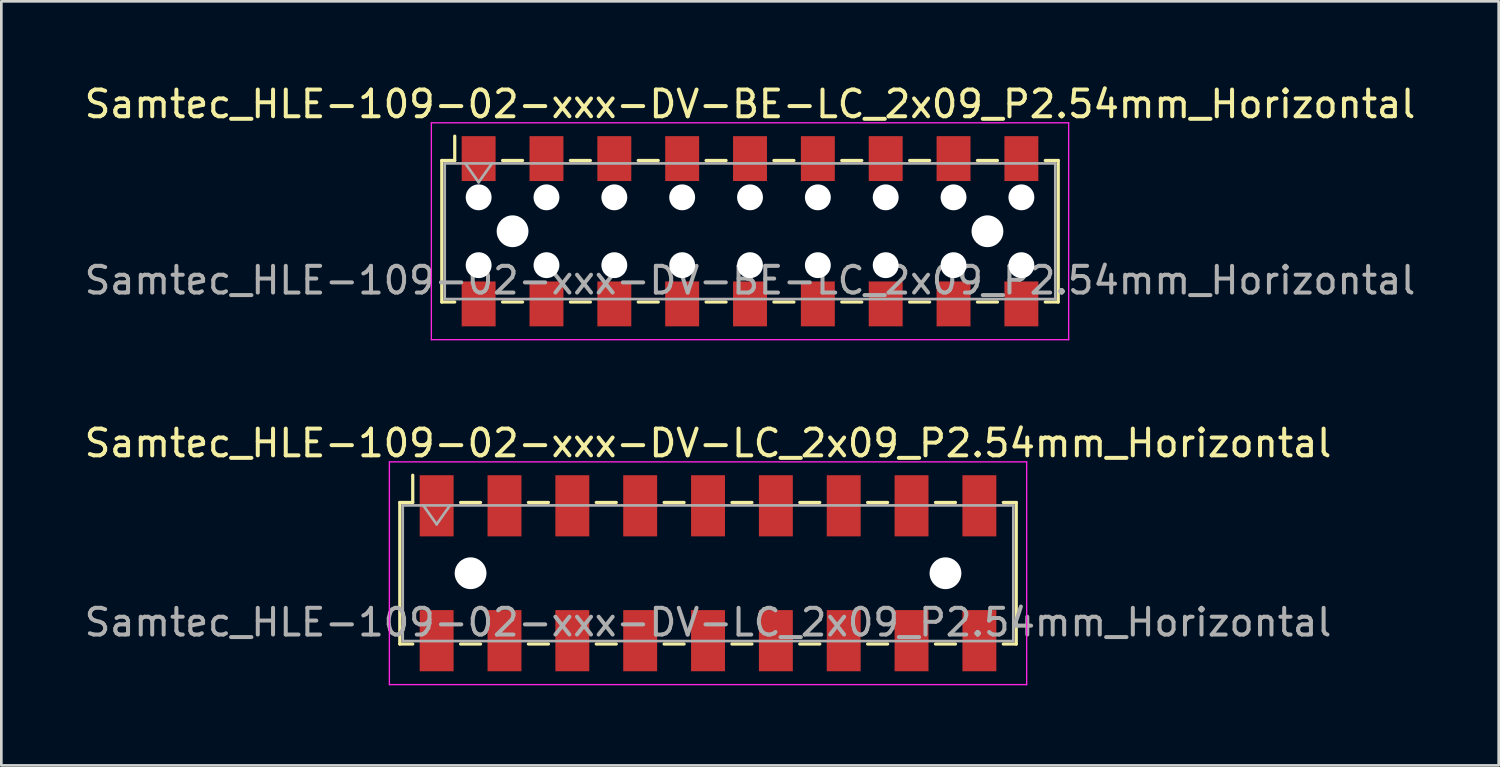
<source format=kicad_pcb>
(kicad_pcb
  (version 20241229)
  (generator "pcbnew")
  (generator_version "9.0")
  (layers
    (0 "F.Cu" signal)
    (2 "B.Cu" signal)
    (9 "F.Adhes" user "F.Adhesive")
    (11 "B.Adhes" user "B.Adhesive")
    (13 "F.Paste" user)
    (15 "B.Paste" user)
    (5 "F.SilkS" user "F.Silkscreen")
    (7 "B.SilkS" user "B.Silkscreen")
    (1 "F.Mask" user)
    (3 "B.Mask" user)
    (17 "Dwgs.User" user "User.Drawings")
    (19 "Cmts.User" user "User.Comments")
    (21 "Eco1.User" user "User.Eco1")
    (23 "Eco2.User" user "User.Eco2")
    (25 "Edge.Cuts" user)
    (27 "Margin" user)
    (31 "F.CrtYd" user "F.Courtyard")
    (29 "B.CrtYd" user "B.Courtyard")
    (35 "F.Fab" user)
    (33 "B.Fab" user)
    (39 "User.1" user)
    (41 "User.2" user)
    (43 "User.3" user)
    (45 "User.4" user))
  (footprint "Samtec_HLE-109-02-xxx-DV-LC_2x09_P2.54mm_Horizontal"
    (layer "F.Cu")
    (at 23.458 18.412)
    (property "Reference" "Samtec_HLE-109-02-xxx-DV-LC_2x09_P2.54mm_Horizontal" (at 0 -4.87 0) (layer "F.SilkS") (effects (font (size 1 1) (thickness 0.15))))
    (attr smd)
    (fp_line (start -11.54 -2.65) (end -11.54 2.65) (stroke (width 0.12) (type solid)) (layer "F.SilkS"))
    (fp_line (start -11.54 2.65) (end -11.055 2.65) (stroke (width 0.12) (type solid)) (layer "F.SilkS"))
    (fp_line (start -11.055 -3.67) (end -11.055 -2.65) (stroke (width 0.12) (type solid)) (layer "F.SilkS"))
    (fp_line (start -11.055 -2.65) (end -11.54 -2.65) (stroke (width 0.12) (type solid)) (layer "F.SilkS"))
    (fp_line (start -9.265 -2.65) (end -8.515 -2.65) (stroke (width 0.12) (type solid)) (layer "F.SilkS"))
    (fp_line (start -9.265 2.65) (end -8.515 2.65) (stroke (width 0.12) (type solid)) (layer "F.SilkS"))
    (fp_line (start -6.725 -2.65) (end -5.975 -2.65) (stroke (width 0.12) (type solid)) (layer "F.SilkS"))
    (fp_line (start -6.725 2.65) (end -5.975 2.65) (stroke (width 0.12) (type solid)) (layer "F.SilkS"))
    (fp_line (start -4.185 -2.65) (end -3.435 -2.65) (stroke (width 0.12) (type solid)) (layer "F.SilkS"))
    (fp_line (start -4.185 2.65) (end -3.435 2.65) (stroke (width 0.12) (type solid)) (layer "F.SilkS"))
    (fp_line (start -1.645 -2.65) (end -0.895 -2.65) (stroke (width 0.12) (type solid)) (layer "F.SilkS"))
    (fp_line (start -1.645 2.65) (end -0.895 2.65) (stroke (width 0.12) (type solid)) (layer "F.SilkS"))
    (fp_line (start 0.895 -2.65) (end 1.645 -2.65) (stroke (width 0.12) (type solid)) (layer "F.SilkS"))
    (fp_line (start 0.895 2.65) (end 1.645 2.65) (stroke (width 0.12) (type solid)) (layer "F.SilkS"))
    (fp_line (start 3.435 -2.65) (end 4.185 -2.65) (stroke (width 0.12) (type solid)) (layer "F.SilkS"))
    (fp_line (start 3.435 2.65) (end 4.185 2.65) (stroke (width 0.12) (type solid)) (layer "F.SilkS"))
    (fp_line (start 5.975 -2.65) (end 6.725 -2.65) (stroke (width 0.12) (type solid)) (layer "F.SilkS"))
    (fp_line (start 5.975 2.65) (end 6.725 2.65) (stroke (width 0.12) (type solid)) (layer "F.SilkS"))
    (fp_line (start 8.515 -2.65) (end 9.265 -2.65) (stroke (width 0.12) (type solid)) (layer "F.SilkS"))
    (fp_line (start 8.515 2.65) (end 9.265 2.65) (stroke (width 0.12) (type solid)) (layer "F.SilkS"))
    (fp_line (start 11.055 -2.65) (end 11.54 -2.65) (stroke (width 0.12) (type solid)) (layer "F.SilkS"))
    (fp_line (start 11.54 -2.65) (end 11.54 2.65) (stroke (width 0.12) (type solid)) (layer "F.SilkS"))
    (fp_line (start 11.54 2.65) (end 11.055 2.65) (stroke (width 0.12) (type solid)) (layer "F.SilkS"))
    (fp_line (start -11.93 -4.17) (end 11.93 -4.17) (stroke (width 0.05) (type solid)) (layer "F.CrtYd"))
    (fp_line (start -11.93 4.17) (end -11.93 -4.17) (stroke (width 0.05) (type solid)) (layer "F.CrtYd"))
    (fp_line (start 11.93 -4.17) (end 11.93 4.17) (stroke (width 0.05) (type solid)) (layer "F.CrtYd"))
    (fp_line (start 11.93 4.17) (end -11.93 4.17) (stroke (width 0.05) (type solid)) (layer "F.CrtYd"))
    (fp_line (start -11.43 -2.54) (end 11.43 -2.54) (stroke (width 0.1) (type solid)) (layer "F.Fab"))
    (fp_line (start -11.43 2.54) (end -11.43 -2.54) (stroke (width 0.1) (type solid)) (layer "F.Fab"))
    (fp_line (start -10.66 -2.54) (end -10.16 -1.833) (stroke (width 0.1) (type solid)) (layer "F.Fab"))
    (fp_line (start -10.16 -1.833) (end -9.66 -2.54) (stroke (width 0.1) (type solid)) (layer "F.Fab"))
    (fp_line (start 11.43 -2.54) (end 11.43 2.54) (stroke (width 0.1) (type solid)) (layer "F.Fab"))
    (fp_line (start 11.43 2.54) (end -11.43 2.54) (stroke (width 0.1) (type solid)) (layer "F.Fab"))
    (fp_text user "${REFERENCE}" (at 0 1.84 0) (layer "F.Fab") (effects (font (size 1 1) (thickness 0.15))))
    (pad "" np_thru_hole circle (at -8.89 0) (size 1.19 1.19) (drill 1.19) (layers "*.Cu" "*.Mask"))
    (pad "" np_thru_hole circle (at 8.89 0) (size 1.19 1.19) (drill 1.19) (layers "*.Cu" "*.Mask"))
    (pad "1" smd rect (at -10.16 -2.525) (size 1.27 2.29) (layers "F.Cu" "F.Mask" "F.Paste"))
    (pad "2" smd rect (at -10.16 2.525) (size 1.27 2.29) (layers "F.Cu" "F.Mask" "F.Paste"))
    (pad "3" smd rect (at -7.62 -2.525) (size 1.27 2.29) (layers "F.Cu" "F.Mask" "F.Paste"))
    (pad "4" smd rect (at -7.62 2.525) (size 1.27 2.29) (layers "F.Cu" "F.Mask" "F.Paste"))
    (pad "5" smd rect (at -5.08 -2.525) (size 1.27 2.29) (layers "F.Cu" "F.Mask" "F.Paste"))
    (pad "6" smd rect (at -5.08 2.525) (size 1.27 2.29) (layers "F.Cu" "F.Mask" "F.Paste"))
    (pad "7" smd rect (at -2.54 -2.525) (size 1.27 2.29) (layers "F.Cu" "F.Mask" "F.Paste"))
    (pad "8" smd rect (at -2.54 2.525) (size 1.27 2.29) (layers "F.Cu" "F.Mask" "F.Paste"))
    (pad "9" smd rect (at 0 -2.525) (size 1.27 2.29) (layers "F.Cu" "F.Mask" "F.Paste"))
    (pad "10" smd rect (at 0 2.525) (size 1.27 2.29) (layers "F.Cu" "F.Mask" "F.Paste"))
    (pad "11" smd rect (at 2.54 -2.525) (size 1.27 2.29) (layers "F.Cu" "F.Mask" "F.Paste"))
    (pad "12" smd rect (at 2.54 2.525) (size 1.27 2.29) (layers "F.Cu" "F.Mask" "F.Paste"))
    (pad "13" smd rect (at 5.08 -2.525) (size 1.27 2.29) (layers "F.Cu" "F.Mask" "F.Paste"))
    (pad "14" smd rect (at 5.08 2.525) (size 1.27 2.29) (layers "F.Cu" "F.Mask" "F.Paste"))
    (pad "15" smd rect (at 7.62 -2.525) (size 1.27 2.29) (layers "F.Cu" "F.Mask" "F.Paste"))
    (pad "16" smd rect (at 7.62 2.525) (size 1.27 2.29) (layers "F.Cu" "F.Mask" "F.Paste"))
    (pad "17" smd rect (at 10.16 -2.525) (size 1.27 2.29) (layers "F.Cu" "F.Mask" "F.Paste"))
    (pad "18" smd rect (at 10.16 2.525) (size 1.27 2.29) (layers "F.Cu" "F.Mask" "F.Paste")))
  (footprint "Samtec_HLE-109-02-xxx-DV-BE-LC_2x09_P2.54mm_Horizontal"
    (layer "F.Cu")
    (at 25.03 5.608)
    (property "Reference" "Samtec_HLE-109-02-xxx-DV-BE-LC_2x09_P2.54mm_Horizontal" (at 0 -4.76 0) (layer "F.SilkS") (effects (font (size 1 1) (thickness 0.15))))
    (attr smd)
    (fp_line (start -11.54 -2.65) (end -11.54 2.65) (stroke (width 0.12) (type solid)) (layer "F.SilkS"))
    (fp_line (start -11.54 2.65) (end -11.055 2.65) (stroke (width 0.12) (type solid)) (layer "F.SilkS"))
    (fp_line (start -11.055 -3.56) (end -11.055 -2.65) (stroke (width 0.12) (type solid)) (layer "F.SilkS"))
    (fp_line (start -11.055 -2.65) (end -11.54 -2.65) (stroke (width 0.12) (type solid)) (layer "F.SilkS"))
    (fp_line (start -9.265 -2.65) (end -8.515 -2.65) (stroke (width 0.12) (type solid)) (layer "F.SilkS"))
    (fp_line (start -9.265 2.65) (end -8.515 2.65) (stroke (width 0.12) (type solid)) (layer "F.SilkS"))
    (fp_line (start -6.725 -2.65) (end -5.975 -2.65) (stroke (width 0.12) (type solid)) (layer "F.SilkS"))
    (fp_line (start -6.725 2.65) (end -5.975 2.65) (stroke (width 0.12) (type solid)) (layer "F.SilkS"))
    (fp_line (start -4.185 -2.65) (end -3.435 -2.65) (stroke (width 0.12) (type solid)) (layer "F.SilkS"))
    (fp_line (start -4.185 2.65) (end -3.435 2.65) (stroke (width 0.12) (type solid)) (layer "F.SilkS"))
    (fp_line (start -1.645 -2.65) (end -0.895 -2.65) (stroke (width 0.12) (type solid)) (layer "F.SilkS"))
    (fp_line (start -1.645 2.65) (end -0.895 2.65) (stroke (width 0.12) (type solid)) (layer "F.SilkS"))
    (fp_line (start 0.895 -2.65) (end 1.645 -2.65) (stroke (width 0.12) (type solid)) (layer "F.SilkS"))
    (fp_line (start 0.895 2.65) (end 1.645 2.65) (stroke (width 0.12) (type solid)) (layer "F.SilkS"))
    (fp_line (start 3.435 -2.65) (end 4.185 -2.65) (stroke (width 0.12) (type solid)) (layer "F.SilkS"))
    (fp_line (start 3.435 2.65) (end 4.185 2.65) (stroke (width 0.12) (type solid)) (layer "F.SilkS"))
    (fp_line (start 5.975 -2.65) (end 6.725 -2.65) (stroke (width 0.12) (type solid)) (layer "F.SilkS"))
    (fp_line (start 5.975 2.65) (end 6.725 2.65) (stroke (width 0.12) (type solid)) (layer "F.SilkS"))
    (fp_line (start 8.515 -2.65) (end 9.265 -2.65) (stroke (width 0.12) (type solid)) (layer "F.SilkS"))
    (fp_line (start 8.515 2.65) (end 9.265 2.65) (stroke (width 0.12) (type solid)) (layer "F.SilkS"))
    (fp_line (start 11.055 -2.65) (end 11.54 -2.65) (stroke (width 0.12) (type solid)) (layer "F.SilkS"))
    (fp_line (start 11.54 -2.65) (end 11.54 2.65) (stroke (width 0.12) (type solid)) (layer "F.SilkS"))
    (fp_line (start 11.54 2.65) (end 11.055 2.65) (stroke (width 0.12) (type solid)) (layer "F.SilkS"))
    (fp_line (start -11.93 -4.06) (end 11.93 -4.06) (stroke (width 0.05) (type solid)) (layer "F.CrtYd"))
    (fp_line (start -11.93 4.06) (end -11.93 -4.06) (stroke (width 0.05) (type solid)) (layer "F.CrtYd"))
    (fp_line (start 11.93 -4.06) (end 11.93 4.06) (stroke (width 0.05) (type solid)) (layer "F.CrtYd"))
    (fp_line (start 11.93 4.06) (end -11.93 4.06) (stroke (width 0.05) (type solid)) (layer "F.CrtYd"))
    (fp_line (start -11.43 -2.54) (end 11.43 -2.54) (stroke (width 0.1) (type solid)) (layer "F.Fab"))
    (fp_line (start -11.43 2.54) (end -11.43 -2.54) (stroke (width 0.1) (type solid)) (layer "F.Fab"))
    (fp_line (start -10.66 -2.54) (end -10.16 -1.833) (stroke (width 0.1) (type solid)) (layer "F.Fab"))
    (fp_line (start -10.16 -1.833) (end -9.66 -2.54) (stroke (width 0.1) (type solid)) (layer "F.Fab"))
    (fp_line (start 11.43 -2.54) (end 11.43 2.54) (stroke (width 0.1) (type solid)) (layer "F.Fab"))
    (fp_line (start 11.43 2.54) (end -11.43 2.54) (stroke (width 0.1) (type solid)) (layer "F.Fab"))
    (fp_text user "${REFERENCE}" (at 0 1.84 0) (layer "F.Fab") (effects (font (size 1 1) (thickness 0.15))))
    (pad "" np_thru_hole circle (at -10.16 -1.27) (size 0.97 0.97) (drill 0.97) (layers "*.Cu" "*.Mask"))
    (pad "" np_thru_hole circle (at -10.16 1.27) (size 0.97 0.97) (drill 0.97) (layers "*.Cu" "*.Mask"))
    (pad "" np_thru_hole circle (at -8.89 0) (size 1.19 1.19) (drill 1.19) (layers "*.Cu" "*.Mask"))
    (pad "" np_thru_hole circle (at -7.62 -1.27) (size 0.97 0.97) (drill 0.97) (layers "*.Cu" "*.Mask"))
    (pad "" np_thru_hole circle (at -7.62 1.27) (size 0.97 0.97) (drill 0.97) (layers "*.Cu" "*.Mask"))
    (pad "" np_thru_hole circle (at -5.08 -1.27) (size 0.97 0.97) (drill 0.97) (layers "*.Cu" "*.Mask"))
    (pad "" np_thru_hole circle (at -5.08 1.27) (size 0.97 0.97) (drill 0.97) (layers "*.Cu" "*.Mask"))
    (pad "" np_thru_hole circle (at -2.54 -1.27) (size 0.97 0.97) (drill 0.97) (layers "*.Cu" "*.Mask"))
    (pad "" np_thru_hole circle (at -2.54 1.27) (size 0.97 0.97) (drill 0.97) (layers "*.Cu" "*.Mask"))
    (pad "" np_thru_hole circle (at 0 -1.27) (size 0.97 0.97) (drill 0.97) (layers "*.Cu" "*.Mask"))
    (pad "" np_thru_hole circle (at 0 1.27) (size 0.97 0.97) (drill 0.97) (layers "*.Cu" "*.Mask"))
    (pad "" np_thru_hole circle (at 2.54 -1.27) (size 0.97 0.97) (drill 0.97) (layers "*.Cu" "*.Mask"))
    (pad "" np_thru_hole circle (at 2.54 1.27) (size 0.97 0.97) (drill 0.97) (layers "*.Cu" "*.Mask"))
    (pad "" np_thru_hole circle (at 5.08 -1.27) (size 0.97 0.97) (drill 0.97) (layers "*.Cu" "*.Mask"))
    (pad "" np_thru_hole circle (at 5.08 1.27) (size 0.97 0.97) (drill 0.97) (layers "*.Cu" "*.Mask"))
    (pad "" np_thru_hole circle (at 7.62 -1.27) (size 0.97 0.97) (drill 0.97) (layers "*.Cu" "*.Mask"))
    (pad "" np_thru_hole circle (at 7.62 1.27) (size 0.97 0.97) (drill 0.97) (layers "*.Cu" "*.Mask"))
    (pad "" np_thru_hole circle (at 8.89 0) (size 1.19 1.19) (drill 1.19) (layers "*.Cu" "*.Mask"))
    (pad "" np_thru_hole circle (at 10.16 -1.27) (size 0.97 0.97) (drill 0.97) (layers "*.Cu" "*.Mask"))
    (pad "" np_thru_hole circle (at 10.16 1.27) (size 0.97 0.97) (drill 0.97) (layers "*.Cu" "*.Mask"))
    (pad "1" smd rect (at -10.16 -2.72) (size 1.27 1.68) (layers "F.Cu" "F.Mask" "F.Paste"))
    (pad "2" smd rect (at -10.16 2.72) (size 1.27 1.68) (layers "F.Cu" "F.Mask" "F.Paste"))
    (pad "3" smd rect (at -7.62 -2.72) (size 1.27 1.68) (layers "F.Cu" "F.Mask" "F.Paste"))
    (pad "4" smd rect (at -7.62 2.72) (size 1.27 1.68) (layers "F.Cu" "F.Mask" "F.Paste"))
    (pad "5" smd rect (at -5.08 -2.72) (size 1.27 1.68) (layers "F.Cu" "F.Mask" "F.Paste"))
    (pad "6" smd rect (at -5.08 2.72) (size 1.27 1.68) (layers "F.Cu" "F.Mask" "F.Paste"))
    (pad "7" smd rect (at -2.54 -2.72) (size 1.27 1.68) (layers "F.Cu" "F.Mask" "F.Paste"))
    (pad "8" smd rect (at -2.54 2.72) (size 1.27 1.68) (layers "F.Cu" "F.Mask" "F.Paste"))
    (pad "9" smd rect (at 0 -2.72) (size 1.27 1.68) (layers "F.Cu" "F.Mask" "F.Paste"))
    (pad "10" smd rect (at 0 2.72) (size 1.27 1.68) (layers "F.Cu" "F.Mask" "F.Paste"))
    (pad "11" smd rect (at 2.54 -2.72) (size 1.27 1.68) (layers "F.Cu" "F.Mask" "F.Paste"))
    (pad "12" smd rect (at 2.54 2.72) (size 1.27 1.68) (layers "F.Cu" "F.Mask" "F.Paste"))
    (pad "13" smd rect (at 5.08 -2.72) (size 1.27 1.68) (layers "F.Cu" "F.Mask" "F.Paste"))
    (pad "14" smd rect (at 5.08 2.72) (size 1.27 1.68) (layers "F.Cu" "F.Mask" "F.Paste"))
    (pad "15" smd rect (at 7.62 -2.72) (size 1.27 1.68) (layers "F.Cu" "F.Mask" "F.Paste"))
    (pad "16" smd rect (at 7.62 2.72) (size 1.27 1.68) (layers "F.Cu" "F.Mask" "F.Paste"))
    (pad "17" smd rect (at 10.16 -2.72) (size 1.27 1.68) (layers "F.Cu" "F.Mask" "F.Paste"))
    (pad "18" smd rect (at 10.16 2.72) (size 1.27 1.68) (layers "F.Cu" "F.Mask" "F.Paste")))
  (gr_rect
    (start -3 -3)
    (end 53.06 25.607)
    (stroke (width 0.1) (type default))
    (fill no)
    (layer "Edge.Cuts")))
</source>
